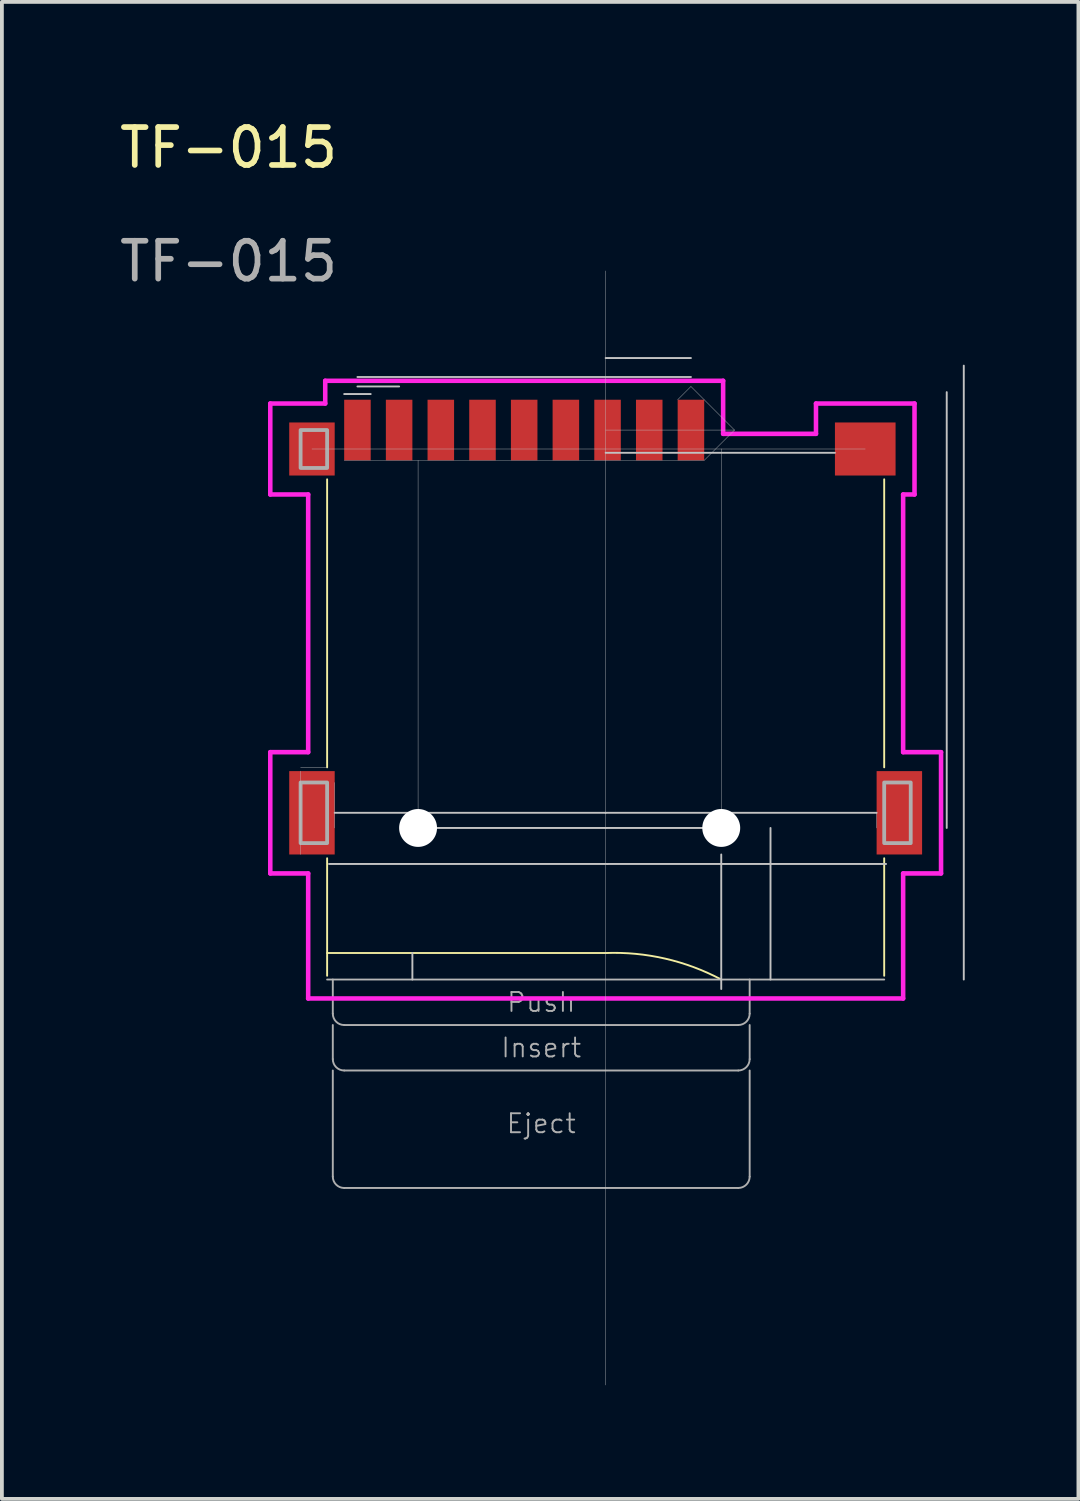
<source format=kicad_pcb>
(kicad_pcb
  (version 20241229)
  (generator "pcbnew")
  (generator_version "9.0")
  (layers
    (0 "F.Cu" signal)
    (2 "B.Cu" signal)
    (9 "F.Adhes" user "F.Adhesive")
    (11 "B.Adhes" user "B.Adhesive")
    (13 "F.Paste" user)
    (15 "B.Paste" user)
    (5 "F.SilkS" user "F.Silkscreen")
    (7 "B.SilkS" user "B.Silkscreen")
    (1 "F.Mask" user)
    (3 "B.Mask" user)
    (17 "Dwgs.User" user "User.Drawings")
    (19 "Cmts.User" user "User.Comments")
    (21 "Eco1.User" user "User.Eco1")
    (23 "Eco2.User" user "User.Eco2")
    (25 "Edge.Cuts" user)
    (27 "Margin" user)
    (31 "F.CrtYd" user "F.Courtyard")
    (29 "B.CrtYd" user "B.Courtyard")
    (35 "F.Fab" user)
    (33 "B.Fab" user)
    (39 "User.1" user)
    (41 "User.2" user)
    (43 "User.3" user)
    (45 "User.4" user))
  (footprint "TF-015"
    (layer "F.Cu")
    (at 12.932 8.298)
    (property "Reference" "TF-015" (at -9.95 -7.45 0) (unlocked yes) (layer "F.SilkS") (effects (font (size 1 1) (thickness 0.15))))
    (fp_line (start -7.35 8.9) (end -7.35 1.3) (stroke (width 0.05) (type solid)) (layer "F.SilkS"))
    (fp_line (start -7.35 13.8) (end 0 13.8) (stroke (width 0.05) (type solid)) (layer "F.SilkS"))
    (fp_line (start -7.35 14.4) (end -7.35 11.3) (stroke (width 0.05) (type solid)) (layer "F.SilkS"))
    (fp_line (start 7.35 8.9) (end 7.35 1.3) (stroke (width 0.05) (type solid)) (layer "F.SilkS"))
    (fp_line (start 7.35 14.4) (end 7.35 11.3) (stroke (width 0.05) (type solid)) (layer "F.SilkS"))
    (fp_arc (start 0 13.8) (mid 1.571342 13.948078) (end 3.049999 14.5) (stroke (width 0.05) (type solid)) (layer "F.SilkS"))
    (fp_line (start -8.05 9) (end -8.05 11.2) (stroke (width 0.01) (type solid)) (layer "Dwgs.User"))
    (fp_line (start -7.35 8.9) (end -8.05 8.9) (stroke (width 0.01) (type solid)) (layer "Dwgs.User"))
    (fp_line (start -7.15 10.1) (end -7.15 9.3) (stroke (width 0.01) (type solid)) (layer "Dwgs.User"))
    (fp_line (start -7.15 10.1) (end 0 10.1) (stroke (width 0.05) (type solid)) (layer "Dwgs.User"))
    (fp_line (start -7.15 10.5) (end -7.15 10.1) (stroke (width 0.01) (type solid)) (layer "Dwgs.User"))
    (fp_line (start -6.9 -0.95) (end -6.2 -0.95) (stroke (width 0.05) (type solid)) (layer "Dwgs.User"))
    (fp_line (start -6.9 0.8) (end 2.6 0.8) (stroke (width 0.01) (type solid)) (layer "Dwgs.User"))
    (fp_line (start -6.55 -1.4) (end 2.25 -1.4) (stroke (width 0.05) (type solid)) (layer "Dwgs.User"))
    (fp_line (start -6.55 -1.15) (end -5.45 -1.15) (stroke (width 0.05) (type solid)) (layer "Dwgs.User"))
    (fp_line (start -5.1 14.5) (end -5.1 13.8) (stroke (width 0.05) (type solid)) (layer "Dwgs.User"))
    (fp_line (start -4.95 10.5) (end -4.95 0.8) (stroke (width 0.01) (type solid)) (layer "Dwgs.User"))
    (fp_line (start 0 -4.2) (end 0 25.2) (stroke (width 0.01) (type solid)) (layer "Dwgs.User"))
    (fp_line (start 0 0.6) (end 6.05 0.6) (stroke (width 0.05) (type solid)) (layer "Dwgs.User"))
    (fp_line (start 0 10.1) (end 7.15 10.1) (stroke (width 0.05) (type solid)) (layer "Dwgs.User"))
    (fp_line (start 0 10.5) (end -4.95 10.5) (stroke (width 0.05) (type solid)) (layer "Dwgs.User"))
    (fp_line (start 0 10.5) (end 3.05 10.5) (stroke (width 0.05) (type solid)) (layer "Dwgs.User"))
    (fp_line (start 0 14.5) (end -7.35 14.5) (stroke (width 0.01) (type solid)) (layer "Dwgs.User"))
    (fp_line (start 0 14.5) (end 7.35 14.5) (stroke (width 0.01) (type solid)) (layer "Dwgs.User"))
    (fp_line (start 0.05 11.45) (end -7.3 11.45) (stroke (width 0.05) (type solid)) (layer "Dwgs.User"))
    (fp_line (start 0.05 11.45) (end 7.4 11.45) (stroke (width 0.05) (type solid)) (layer "Dwgs.User"))
    (fp_line (start 1.9 -0.8) (end 2.25 -1.15) (stroke (width 0.01) (type solid)) (layer "Dwgs.User"))
    (fp_line (start 2.25 -1.9) (end 0 -1.9) (stroke (width 0.05) (type solid)) (layer "Dwgs.User"))
    (fp_line (start 2.6 -0.8) (end 2.25 -1.15) (stroke (width 0.01) (type solid)) (layer "Dwgs.User"))
    (fp_line (start 2.6 -0.8) (end 3.4 0) (stroke (width 0.01) (type solid)) (layer "Dwgs.User"))
    (fp_line (start 2.6 0.8) (end 3.4 0) (stroke (width 0.01) (type solid)) (layer "Dwgs.User"))
    (fp_line (start 3.05 0.5) (end -7.75 0.5) (stroke (width 0.01) (type solid)) (layer "Dwgs.User"))
    (fp_line (start 3.05 0.5) (end 6.85 0.5) (stroke (width 0.01) (type solid)) (layer "Dwgs.User"))
    (fp_line (start 3.05 10.5) (end 3.05 0.5) (stroke (width 0.01) (type solid)) (layer "Dwgs.User"))
    (fp_line (start 3.05 11.2) (end 3.05 14.75) (stroke (width 0.05) (type solid)) (layer "Dwgs.User"))
    (fp_line (start 3.4 0) (end 0 0) (stroke (width 0.01) (type solid)) (layer "Dwgs.User"))
    (fp_line (start 4.35 10.5) (end 4.35 14.5) (stroke (width 0.05) (type solid)) (layer "Dwgs.User"))
    (fp_line (start 7.15 10.5) (end 7.15 10.1) (stroke (width 0.01) (type solid)) (layer "Dwgs.User"))
    (fp_line (start 9 10.5) (end 9 -1) (stroke (width 0.05) (type solid)) (layer "Dwgs.User"))
    (fp_line (start 9.45 -1.7) (end 9.45 14.5) (stroke (width 0.05) (type solid)) (layer "Dwgs.User"))
    (fp_line (start -8.85 -0.7) (end -8.85 1.7) (stroke (width 0.12) (type solid)) (layer "F.CrtYd"))
    (fp_line (start -8.85 -0.7) (end -7.4 -0.7) (stroke (width 0.12) (type solid)) (layer "F.CrtYd"))
    (fp_line (start -8.85 1.7) (end -7.85 1.7) (stroke (width 0.12) (type solid)) (layer "F.CrtYd"))
    (fp_line (start -8.85 8.5) (end -8.85 11.7) (stroke (width 0.12) (type solid)) (layer "F.CrtYd"))
    (fp_line (start -8.85 11.7) (end -7.85 11.7) (stroke (width 0.12) (type solid)) (layer "F.CrtYd"))
    (fp_line (start -7.85 8.5) (end -8.85 8.5) (stroke (width 0.12) (type solid)) (layer "F.CrtYd"))
    (fp_line (start -7.85 8.5) (end -7.85 1.7) (stroke (width 0.12) (type solid)) (layer "F.CrtYd"))
    (fp_line (start -7.85 11.7) (end -7.85 15) (stroke (width 0.12) (type solid)) (layer "F.CrtYd"))
    (fp_line (start -7.85 15) (end 7.85 15) (stroke (width 0.12) (type solid)) (layer "F.CrtYd"))
    (fp_line (start -7.4 -1.3) (end 3.1 -1.3) (stroke (width 0.12) (type solid)) (layer "F.CrtYd"))
    (fp_line (start -7.4 -0.7) (end -7.4 -1.3) (stroke (width 0.12) (type solid)) (layer "F.CrtYd"))
    (fp_line (start 3.1 -1.3) (end 3.1 0.1) (stroke (width 0.12) (type solid)) (layer "F.CrtYd"))
    (fp_line (start 3.1 0.1) (end 5.55 0.1) (stroke (width 0.12) (type solid)) (layer "F.CrtYd"))
    (fp_line (start 5.55 -0.7) (end 8.15 -0.7) (stroke (width 0.12) (type solid)) (layer "F.CrtYd"))
    (fp_line (start 5.55 0.1) (end 5.55 -0.7) (stroke (width 0.12) (type solid)) (layer "F.CrtYd"))
    (fp_line (start 7.85 1.7) (end 8.15 1.7) (stroke (width 0.12) (type solid)) (layer "F.CrtYd"))
    (fp_line (start 7.85 8.5) (end 7.85 1.7) (stroke (width 0.12) (type solid)) (layer "F.CrtYd"))
    (fp_line (start 7.85 11.7) (end 8.85 11.7) (stroke (width 0.12) (type solid)) (layer "F.CrtYd"))
    (fp_line (start 7.85 15) (end 7.85 11.7) (stroke (width 0.12) (type solid)) (layer "F.CrtYd"))
    (fp_line (start 8.15 -0.7) (end 8.15 1.7) (stroke (width 0.12) (type solid)) (layer "F.CrtYd"))
    (fp_line (start 8.85 8.5) (end 7.85 8.5) (stroke (width 0.12) (type solid)) (layer "F.CrtYd"))
    (fp_line (start 8.85 11.7) (end 8.85 8.5) (stroke (width 0.12) (type solid)) (layer "F.CrtYd"))
    (fp_line (start -7.2 14.5) (end -7.2 15.4) (stroke (width 0.05) (type solid)) (layer "F.Fab"))
    (fp_line (start -7.2 15.7) (end -7.2 16.6) (stroke (width 0.05) (type solid)) (layer "F.Fab"))
    (fp_line (start -7.2 16.9) (end -7.2 19.7) (stroke (width 0.05) (type solid)) (layer "F.Fab"))
    (fp_line (start -6.9 15.7) (end 3.5 15.7) (stroke (width 0.05) (type solid)) (layer "F.Fab"))
    (fp_line (start -6.9 16.9) (end 3.5 16.9) (stroke (width 0.05) (type solid)) (layer "F.Fab"))
    (fp_line (start -6.9 20) (end 3.5 20) (stroke (width 0.05) (type solid)) (layer "F.Fab"))
    (fp_line (start 3.8 15.4) (end 3.8 14.5) (stroke (width 0.05) (type solid)) (layer "F.Fab"))
    (fp_line (start 3.8 16.6) (end 3.8 15.7) (stroke (width 0.05) (type solid)) (layer "F.Fab"))
    (fp_line (start 3.8 19.7) (end 3.8 16.9) (stroke (width 0.05) (type solid)) (layer "F.Fab"))
    (fp_line (start 7.35 14.5) (end -7.35 14.5) (stroke (width 0.05) (type solid)) (layer "F.Fab"))
    (fp_rect (start -8.05 9.3) (end -7.35 10.9) (stroke (width 0.1) (type solid)) (fill no) (layer "F.Fab"))
    (fp_rect (start -7.35 0) (end -8.05 1) (stroke (width 0.1) (type solid)) (fill no) (layer "F.Fab"))
    (fp_rect (start 7.35 9.3) (end 8.05 10.9) (stroke (width 0.1) (type solid)) (fill no) (layer "F.Fab"))
    (fp_arc (start -6.900001 15.700001) (mid -7.112133 15.612132) (end -7.2 15.4) (stroke (width 0.05) (type solid)) (layer "F.Fab"))
    (fp_arc (start -6.900001 16.900001) (mid -7.112133 16.812132) (end -7.2 16.6) (stroke (width 0.05) (type solid)) (layer "F.Fab"))
    (fp_arc (start -6.900001 20.000001) (mid -7.112133 19.912132) (end -7.2 19.7) (stroke (width 0.05) (type solid)) (layer "F.Fab"))
    (fp_arc (start 3.800001 15.400001) (mid 3.712132 15.612133) (end 3.5 15.7) (stroke (width 0.05) (type solid)) (layer "F.Fab"))
    (fp_arc (start 3.800001 16.600001) (mid 3.712132 16.812133) (end 3.5 16.9) (stroke (width 0.05) (type solid)) (layer "F.Fab"))
    (fp_arc (start 3.800001 19.700001) (mid 3.712132 19.912133) (end 3.5 20) (stroke (width 0.05) (type solid)) (layer "F.Fab"))
    (fp_text user "Eject" (at -1.7 18.3 0) (unlocked yes) (layer "F.Fab") (effects (font (size 0.5 0.5) (thickness 0.05))))
    (fp_text user "Push" (at -1.7 15.1 0) (unlocked yes) (layer "F.Fab") (effects (font (size 0.5 0.5) (thickness 0.05))))
    (fp_text user "Insert" (at -1.7 16.3 0) (unlocked yes) (layer "F.Fab") (effects (font (size 0.5 0.5) (thickness 0.05))))
    (fp_text user "${REFERENCE}" (at -9.95 -4.45 0) (unlocked yes) (layer "F.Fab") (effects (font (size 1 1) (thickness 0.15))))
    (pad "" np_thru_hole circle (at -4.95 10.5) (size 1 1) (drill 1) (layers "*.Cu" "*.Mask"))
    (pad "" np_thru_hole circle (at 3.05 10.5) (size 1 1) (drill 1) (layers "*.Cu" "*.Mask"))
    (pad "1" smd rect (at 2.25 0) (size 0.7 1.6) (layers "F.Cu" "F.Mask" "F.Paste"))
    (pad "2" smd rect (at 1.15 0) (size 0.7 1.6) (layers "F.Cu" "F.Mask" "F.Paste"))
    (pad "3" smd rect (at 0.05 0) (size 0.7 1.6) (layers "F.Cu" "F.Mask" "F.Paste"))
    (pad "4" smd rect (at -1.05 0) (size 0.7 1.6) (layers "F.Cu" "F.Mask" "F.Paste"))
    (pad "5" smd rect (at -2.15 0) (size 0.7 1.6) (layers "F.Cu" "F.Mask" "F.Paste"))
    (pad "6" smd rect (at -3.25 0) (size 0.7 1.6) (layers "F.Cu" "F.Mask" "F.Paste"))
    (pad "7" smd rect (at -4.35 0) (size 0.7 1.6) (layers "F.Cu" "F.Mask" "F.Paste"))
    (pad "8" smd rect (at -5.45 0) (size 0.7 1.6) (layers "F.Cu" "F.Mask" "F.Paste"))
    (pad "9" smd rect (at -6.55 0) (size 0.7 1.6) (layers "F.Cu" "F.Mask" "F.Paste"))
    (pad "10" smd rect (at -7.75 0.5) (size 1.2 1.4) (layers "F.Cu" "F.Mask" "F.Paste"))
    (pad "10" smd rect (at -7.75 10.1) (size 1.2 2.2) (layers "F.Cu" "F.Mask" "F.Paste"))
    (pad "10" smd rect (at 6.85 0.5) (size 1.6 1.4) (layers "F.Cu" "F.Mask" "F.Paste"))
    (pad "10" smd rect (at 7.75 10.1) (size 1.2 2.2) (layers "F.Cu" "F.Mask" "F.Paste")))
  (gr_rect
    (start -3 -3)
    (end 25.407 36.503)
    (stroke (width 0.1) (type default))
    (fill no)
    (layer "Edge.Cuts")))
</source>
